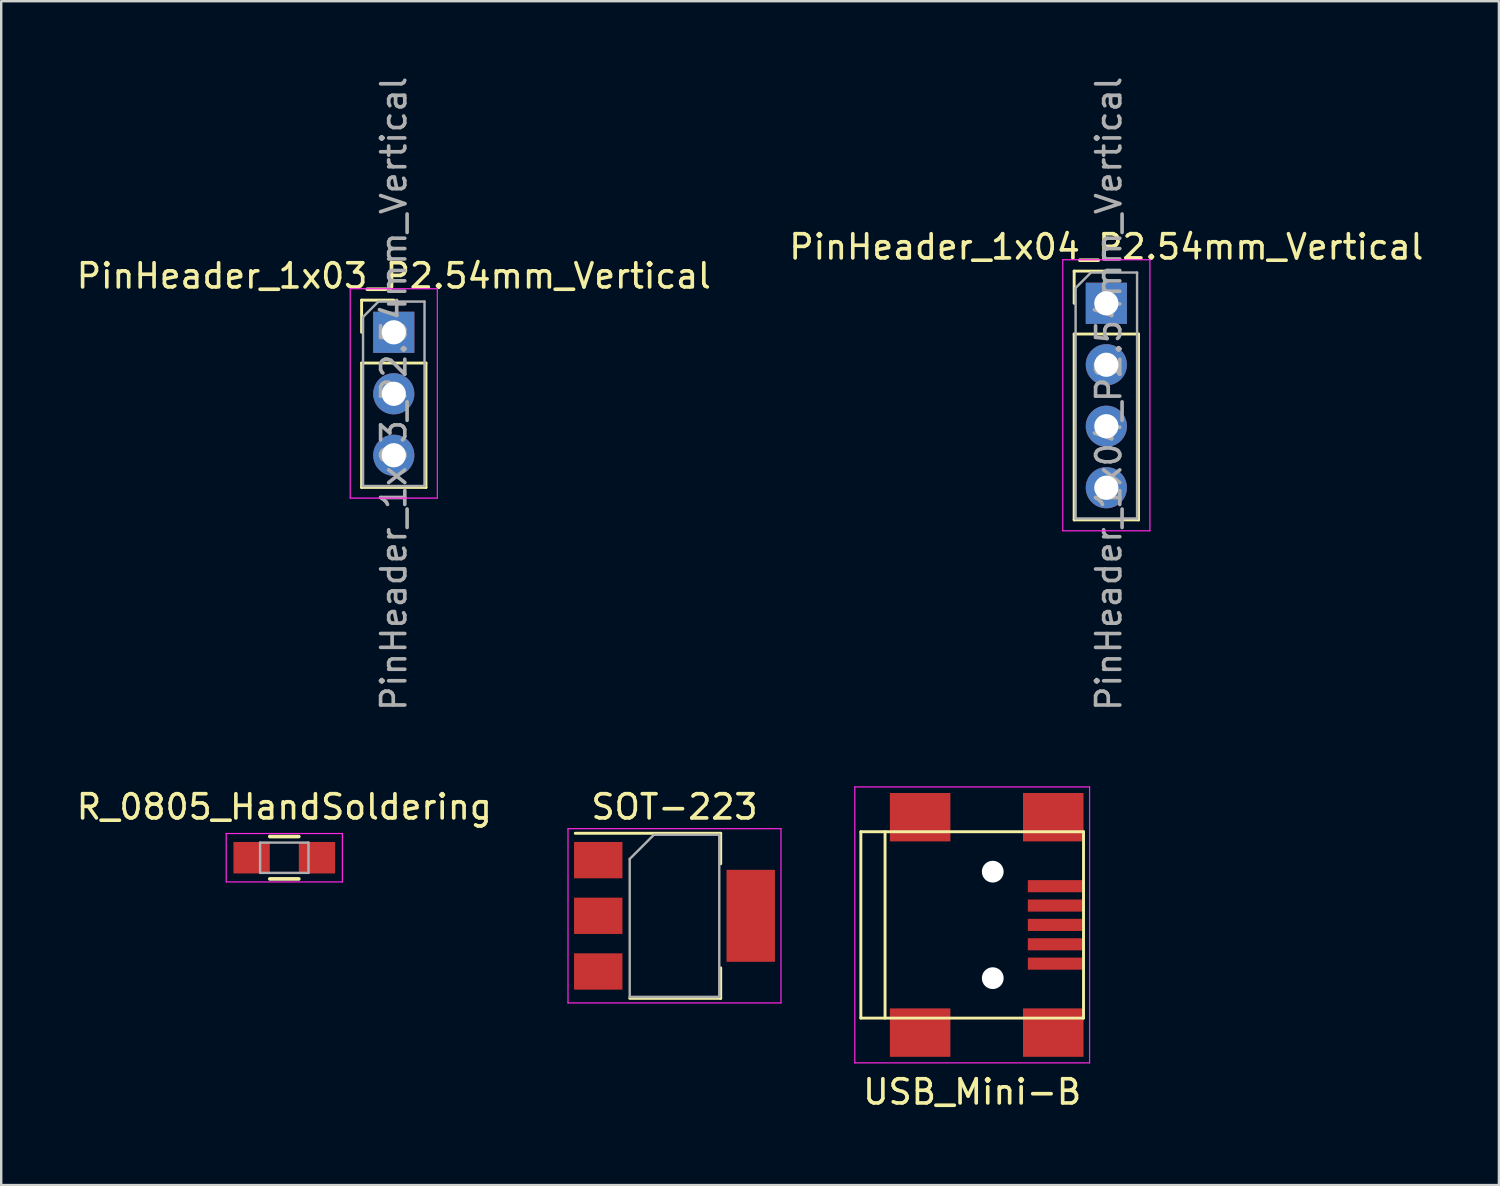
<source format=kicad_pcb>
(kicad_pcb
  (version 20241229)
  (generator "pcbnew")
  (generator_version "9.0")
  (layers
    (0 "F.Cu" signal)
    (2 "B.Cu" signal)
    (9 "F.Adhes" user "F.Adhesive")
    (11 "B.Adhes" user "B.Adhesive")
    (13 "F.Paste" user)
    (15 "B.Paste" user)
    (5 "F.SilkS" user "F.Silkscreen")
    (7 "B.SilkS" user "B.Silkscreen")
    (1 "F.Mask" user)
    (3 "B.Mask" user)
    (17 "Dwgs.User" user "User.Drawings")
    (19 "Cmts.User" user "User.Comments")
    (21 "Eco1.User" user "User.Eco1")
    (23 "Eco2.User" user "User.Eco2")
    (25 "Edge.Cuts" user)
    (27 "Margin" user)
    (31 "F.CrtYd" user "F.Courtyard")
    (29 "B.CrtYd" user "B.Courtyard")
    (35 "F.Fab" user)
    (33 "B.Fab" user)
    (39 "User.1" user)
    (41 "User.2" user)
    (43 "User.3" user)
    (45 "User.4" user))
  (footprint "R_0805_HandSoldering"
    (layer "F.Cu")
    (at 8.696 32.389)
    (property "Reference" "R_0805_HandSoldering" (at 0 -2.1 0) (layer "F.SilkS") (effects (font (size 1 1) (thickness 0.15))))
    (attr smd)
    (fp_line (start -0.6 -0.875) (end 0.6 -0.875) (stroke (width 0.15) (type solid)) (layer "F.SilkS"))
    (fp_line (start 0.6 0.875) (end -0.6 0.875) (stroke (width 0.15) (type solid)) (layer "F.SilkS"))
    (fp_line (start -2.4 -1) (end -2.4 1) (stroke (width 0.05) (type solid)) (layer "F.CrtYd"))
    (fp_line (start -2.4 -1) (end 2.4 -1) (stroke (width 0.05) (type solid)) (layer "F.CrtYd"))
    (fp_line (start -2.4 1) (end 2.4 1) (stroke (width 0.05) (type solid)) (layer "F.CrtYd"))
    (fp_line (start 2.4 -1) (end 2.4 1) (stroke (width 0.05) (type solid)) (layer "F.CrtYd"))
    (fp_line (start -1 -0.625) (end 1 -0.625) (stroke (width 0.1) (type solid)) (layer "F.Fab"))
    (fp_line (start -1 0.625) (end -1 -0.625) (stroke (width 0.1) (type solid)) (layer "F.Fab"))
    (fp_line (start 1 -0.625) (end 1 0.625) (stroke (width 0.1) (type solid)) (layer "F.Fab"))
    (fp_line (start 1 0.625) (end -1 0.625) (stroke (width 0.1) (type solid)) (layer "F.Fab"))
    (pad "1" smd rect (at -1.35 0) (size 1.5 1.3) (layers "F.Cu" "F.Mask" "F.Paste"))
    (pad "2" smd rect (at 1.35 0) (size 1.5 1.3) (layers "F.Cu" "F.Mask" "F.Paste")))
  (footprint "SOT-223"
    (layer "F.Cu")
    (at 24.818 34.789)
    (property "Reference" "SOT-223" (at 0 -4.5 0) (layer "F.SilkS") (effects (font (size 1 1) (thickness 0.15))))
    (attr smd)
    (fp_line (start -4.1 -3.41) (end 1.91 -3.41) (stroke (width 0.12) (type solid)) (layer "F.SilkS"))
    (fp_line (start -1.85 3.41) (end 1.91 3.41) (stroke (width 0.12) (type solid)) (layer "F.SilkS"))
    (fp_line (start 1.91 -3.41) (end 1.91 -2.15) (stroke (width 0.12) (type solid)) (layer "F.SilkS"))
    (fp_line (start 1.91 3.41) (end 1.91 2.15) (stroke (width 0.12) (type solid)) (layer "F.SilkS"))
    (fp_line (start -4.4 -3.6) (end -4.4 3.6) (stroke (width 0.05) (type solid)) (layer "F.CrtYd"))
    (fp_line (start -4.4 3.6) (end 4.4 3.6) (stroke (width 0.05) (type solid)) (layer "F.CrtYd"))
    (fp_line (start 4.4 -3.6) (end -4.4 -3.6) (stroke (width 0.05) (type solid)) (layer "F.CrtYd"))
    (fp_line (start 4.4 3.6) (end 4.4 -3.6) (stroke (width 0.05) (type solid)) (layer "F.CrtYd"))
    (fp_line (start -1.85 -2.35) (end -1.85 3.35) (stroke (width 0.1) (type solid)) (layer "F.Fab"))
    (fp_line (start -1.85 -2.35) (end -0.85 -3.35) (stroke (width 0.1) (type solid)) (layer "F.Fab"))
    (fp_line (start -1.85 3.35) (end 1.85 3.35) (stroke (width 0.1) (type solid)) (layer "F.Fab"))
    (fp_line (start -0.85 -3.35) (end 1.85 -3.35) (stroke (width 0.1) (type solid)) (layer "F.Fab"))
    (fp_line (start 1.85 -3.35) (end 1.85 3.35) (stroke (width 0.1) (type solid)) (layer "F.Fab"))
    (pad "1" smd rect (at -3.15 -2.3) (size 2 1.5) (layers "F.Cu" "F.Mask" "F.Paste"))
    (pad "2" smd rect (at -3.15 0) (size 2 1.5) (layers "F.Cu" "F.Mask" "F.Paste"))
    (pad "3" smd rect (at -3.15 2.3) (size 2 1.5) (layers "F.Cu" "F.Mask" "F.Paste"))
    (pad "4" smd rect (at 3.15 0) (size 2 3.8) (layers "F.Cu" "F.Mask" "F.Paste")))
  (footprint "PinHeader_1x04_P2.54mm_Vertical"
    (layer "F.Cu")
    (at 42.661 9.481)
    (property "Reference" "PinHeader_1x04_P2.54mm_Vertical" (at 0 -2.33 0) (layer "F.SilkS") (effects (font (size 1 1) (thickness 0.15))))
    (attr through_hole)
    (fp_line (start -1.33 -1.33) (end 0 -1.33) (stroke (width 0.12) (type solid)) (layer "F.SilkS"))
    (fp_line (start -1.33 0) (end -1.33 -1.33) (stroke (width 0.12) (type solid)) (layer "F.SilkS"))
    (fp_line (start -1.33 1.27) (end -1.33 8.95) (stroke (width 0.12) (type solid)) (layer "F.SilkS"))
    (fp_line (start -1.33 1.27) (end 1.33 1.27) (stroke (width 0.12) (type solid)) (layer "F.SilkS"))
    (fp_line (start -1.33 8.95) (end 1.33 8.95) (stroke (width 0.12) (type solid)) (layer "F.SilkS"))
    (fp_line (start 1.33 1.27) (end 1.33 8.95) (stroke (width 0.12) (type solid)) (layer "F.SilkS"))
    (fp_line (start -1.8 -1.8) (end -1.8 9.4) (stroke (width 0.05) (type solid)) (layer "F.CrtYd"))
    (fp_line (start -1.8 9.4) (end 1.8 9.4) (stroke (width 0.05) (type solid)) (layer "F.CrtYd"))
    (fp_line (start 1.8 -1.8) (end -1.8 -1.8) (stroke (width 0.05) (type solid)) (layer "F.CrtYd"))
    (fp_line (start 1.8 9.4) (end 1.8 -1.8) (stroke (width 0.05) (type solid)) (layer "F.CrtYd"))
    (fp_line (start -1.27 -0.635) (end -0.635 -1.27) (stroke (width 0.1) (type solid)) (layer "F.Fab"))
    (fp_line (start -1.27 8.89) (end -1.27 -0.635) (stroke (width 0.1) (type solid)) (layer "F.Fab"))
    (fp_line (start -0.635 -1.27) (end 1.27 -1.27) (stroke (width 0.1) (type solid)) (layer "F.Fab"))
    (fp_line (start 1.27 -1.27) (end 1.27 8.89) (stroke (width 0.1) (type solid)) (layer "F.Fab"))
    (fp_line (start 1.27 8.89) (end -1.27 8.89) (stroke (width 0.1) (type solid)) (layer "F.Fab"))
    (fp_text user "${REFERENCE}" (at 0.1 3.74 90) (layer "F.Fab") (effects (font (size 1 1) (thickness 0.15))))
    (pad "1" thru_hole rect (at 0 0) (size 1.7 1.7) (drill 1) (layers "*.Cu" "*.Mask"))
    (pad "2" thru_hole oval (at 0 2.54) (size 1.7 1.7) (drill 1) (layers "*.Cu" "*.Mask"))
    (pad "3" thru_hole oval (at 0 5.08) (size 1.7 1.7) (drill 1) (layers "*.Cu" "*.Mask"))
    (pad "4" thru_hole oval (at 0 7.62) (size 1.7 1.7) (drill 1) (layers "*.Cu" "*.Mask")))
  (footprint "PinHeader_1x03_P2.54mm_Vertical"
    (layer "F.Cu")
    (at 13.22 10.68)
    (property "Reference" "PinHeader_1x03_P2.54mm_Vertical" (at 0 -2.33 0) (layer "F.SilkS") (effects (font (size 1 1) (thickness 0.15))))
    (attr through_hole)
    (fp_line (start -1.33 -1.33) (end 0 -1.33) (stroke (width 0.12) (type solid)) (layer "F.SilkS"))
    (fp_line (start -1.33 0) (end -1.33 -1.33) (stroke (width 0.12) (type solid)) (layer "F.SilkS"))
    (fp_line (start -1.33 1.27) (end -1.33 6.41) (stroke (width 0.12) (type solid)) (layer "F.SilkS"))
    (fp_line (start -1.33 1.27) (end 1.33 1.27) (stroke (width 0.12) (type solid)) (layer "F.SilkS"))
    (fp_line (start -1.33 6.41) (end 1.33 6.41) (stroke (width 0.12) (type solid)) (layer "F.SilkS"))
    (fp_line (start 1.33 1.27) (end 1.33 6.41) (stroke (width 0.12) (type solid)) (layer "F.SilkS"))
    (fp_line (start -1.8 -1.8) (end -1.8 6.85) (stroke (width 0.05) (type solid)) (layer "F.CrtYd"))
    (fp_line (start -1.8 6.85) (end 1.8 6.85) (stroke (width 0.05) (type solid)) (layer "F.CrtYd"))
    (fp_line (start 1.8 -1.8) (end -1.8 -1.8) (stroke (width 0.05) (type solid)) (layer "F.CrtYd"))
    (fp_line (start 1.8 6.85) (end 1.8 -1.8) (stroke (width 0.05) (type solid)) (layer "F.CrtYd"))
    (fp_line (start -1.27 -0.635) (end -0.635 -1.27) (stroke (width 0.1) (type solid)) (layer "F.Fab"))
    (fp_line (start -1.27 6.35) (end -1.27 -0.635) (stroke (width 0.1) (type solid)) (layer "F.Fab"))
    (fp_line (start -0.635 -1.27) (end 1.27 -1.27) (stroke (width 0.1) (type solid)) (layer "F.Fab"))
    (fp_line (start 1.27 -1.27) (end 1.27 6.35) (stroke (width 0.1) (type solid)) (layer "F.Fab"))
    (fp_line (start 1.27 6.35) (end -1.27 6.35) (stroke (width 0.1) (type solid)) (layer "F.Fab"))
    (fp_text user "${REFERENCE}" (at 0 2.54 90) (layer "F.Fab") (effects (font (size 1 1) (thickness 0.15))))
    (pad "1" thru_hole rect (at 0 0) (size 1.7 1.7) (drill 1) (layers "*.Cu" "*.Mask"))
    (pad "2" thru_hole oval (at 0 2.54) (size 1.7 1.7) (drill 1) (layers "*.Cu" "*.Mask"))
    (pad "3" thru_hole oval (at 0 5.08) (size 1.7 1.7) (drill 1) (layers "*.Cu" "*.Mask")))
  (footprint "USB_Mini-B"
    (layer "F.Cu")
    (at 37.768 35.165)
    (property "Reference" "USB_Mini-B" (at -0.65 6.9 0) (layer "F.SilkS") (effects (font (size 1 1) (thickness 0.15))))
    (attr smd)
    (fp_line (start -5.25 -3.85) (end -5.25 3.85) (stroke (width 0.12) (type solid)) (layer "F.SilkS"))
    (fp_line (start -5.25 3.85) (end 3.95 3.85) (stroke (width 0.12) (type solid)) (layer "F.SilkS"))
    (fp_line (start -4.25 -3.85) (end -4.25 3.85) (stroke (width 0.12) (type solid)) (layer "F.SilkS"))
    (fp_line (start 3.95 -3.85) (end -5.25 -3.85) (stroke (width 0.12) (type solid)) (layer "F.SilkS"))
    (fp_line (start 3.95 3.85) (end 3.95 -3.85) (stroke (width 0.12) (type solid)) (layer "F.SilkS"))
    (fp_line (start -5.5 -5.7) (end 4.2 -5.7) (stroke (width 0.05) (type solid)) (layer "F.CrtYd"))
    (fp_line (start -5.5 5.7) (end -5.5 -5.7) (stroke (width 0.05) (type solid)) (layer "F.CrtYd"))
    (fp_line (start 4.2 -5.7) (end 4.2 5.7) (stroke (width 0.05) (type solid)) (layer "F.CrtYd"))
    (fp_line (start 4.2 5.7) (end -5.5 5.7) (stroke (width 0.05) (type solid)) (layer "F.CrtYd"))
    (pad "" np_thru_hole circle (at 0.2 -2.2) (size 0.9 0.9) (drill 0.9) (layers "*.Cu" "*.Mask"))
    (pad "" np_thru_hole circle (at 0.2 2.2) (size 0.9 0.9) (drill 0.9) (layers "*.Cu" "*.Mask"))
    (pad "1" smd rect (at 2.8 -1.6) (size 2.3 0.5) (layers "F.Cu" "F.Mask" "F.Paste"))
    (pad "2" smd rect (at 2.8 -0.8) (size 2.3 0.5) (layers "F.Cu" "F.Mask" "F.Paste"))
    (pad "3" smd rect (at 2.8 0) (size 2.3 0.5) (layers "F.Cu" "F.Mask" "F.Paste"))
    (pad "4" smd rect (at 2.8 0.8) (size 2.3 0.5) (layers "F.Cu" "F.Mask" "F.Paste"))
    (pad "5" smd rect (at 2.8 1.6) (size 2.3 0.5) (layers "F.Cu" "F.Mask" "F.Paste"))
    (pad "6" smd rect (at -2.8 -4.45) (size 2.5 2) (layers "F.Cu" "F.Mask" "F.Paste"))
    (pad "6" smd rect (at -2.8 4.45) (size 2.5 2) (layers "F.Cu" "F.Mask" "F.Paste"))
    (pad "6" smd rect (at 2.7 -4.45) (size 2.5 2) (layers "F.Cu" "F.Mask" "F.Paste"))
    (pad "6" smd rect (at 2.7 4.45) (size 2.5 2) (layers "F.Cu" "F.Mask" "F.Paste")))
  (gr_rect
    (start -3 -3)
    (end 58.881 45.914)
    (stroke (width 0.1) (type default))
    (fill no)
    (layer "Edge.Cuts")))
</source>
